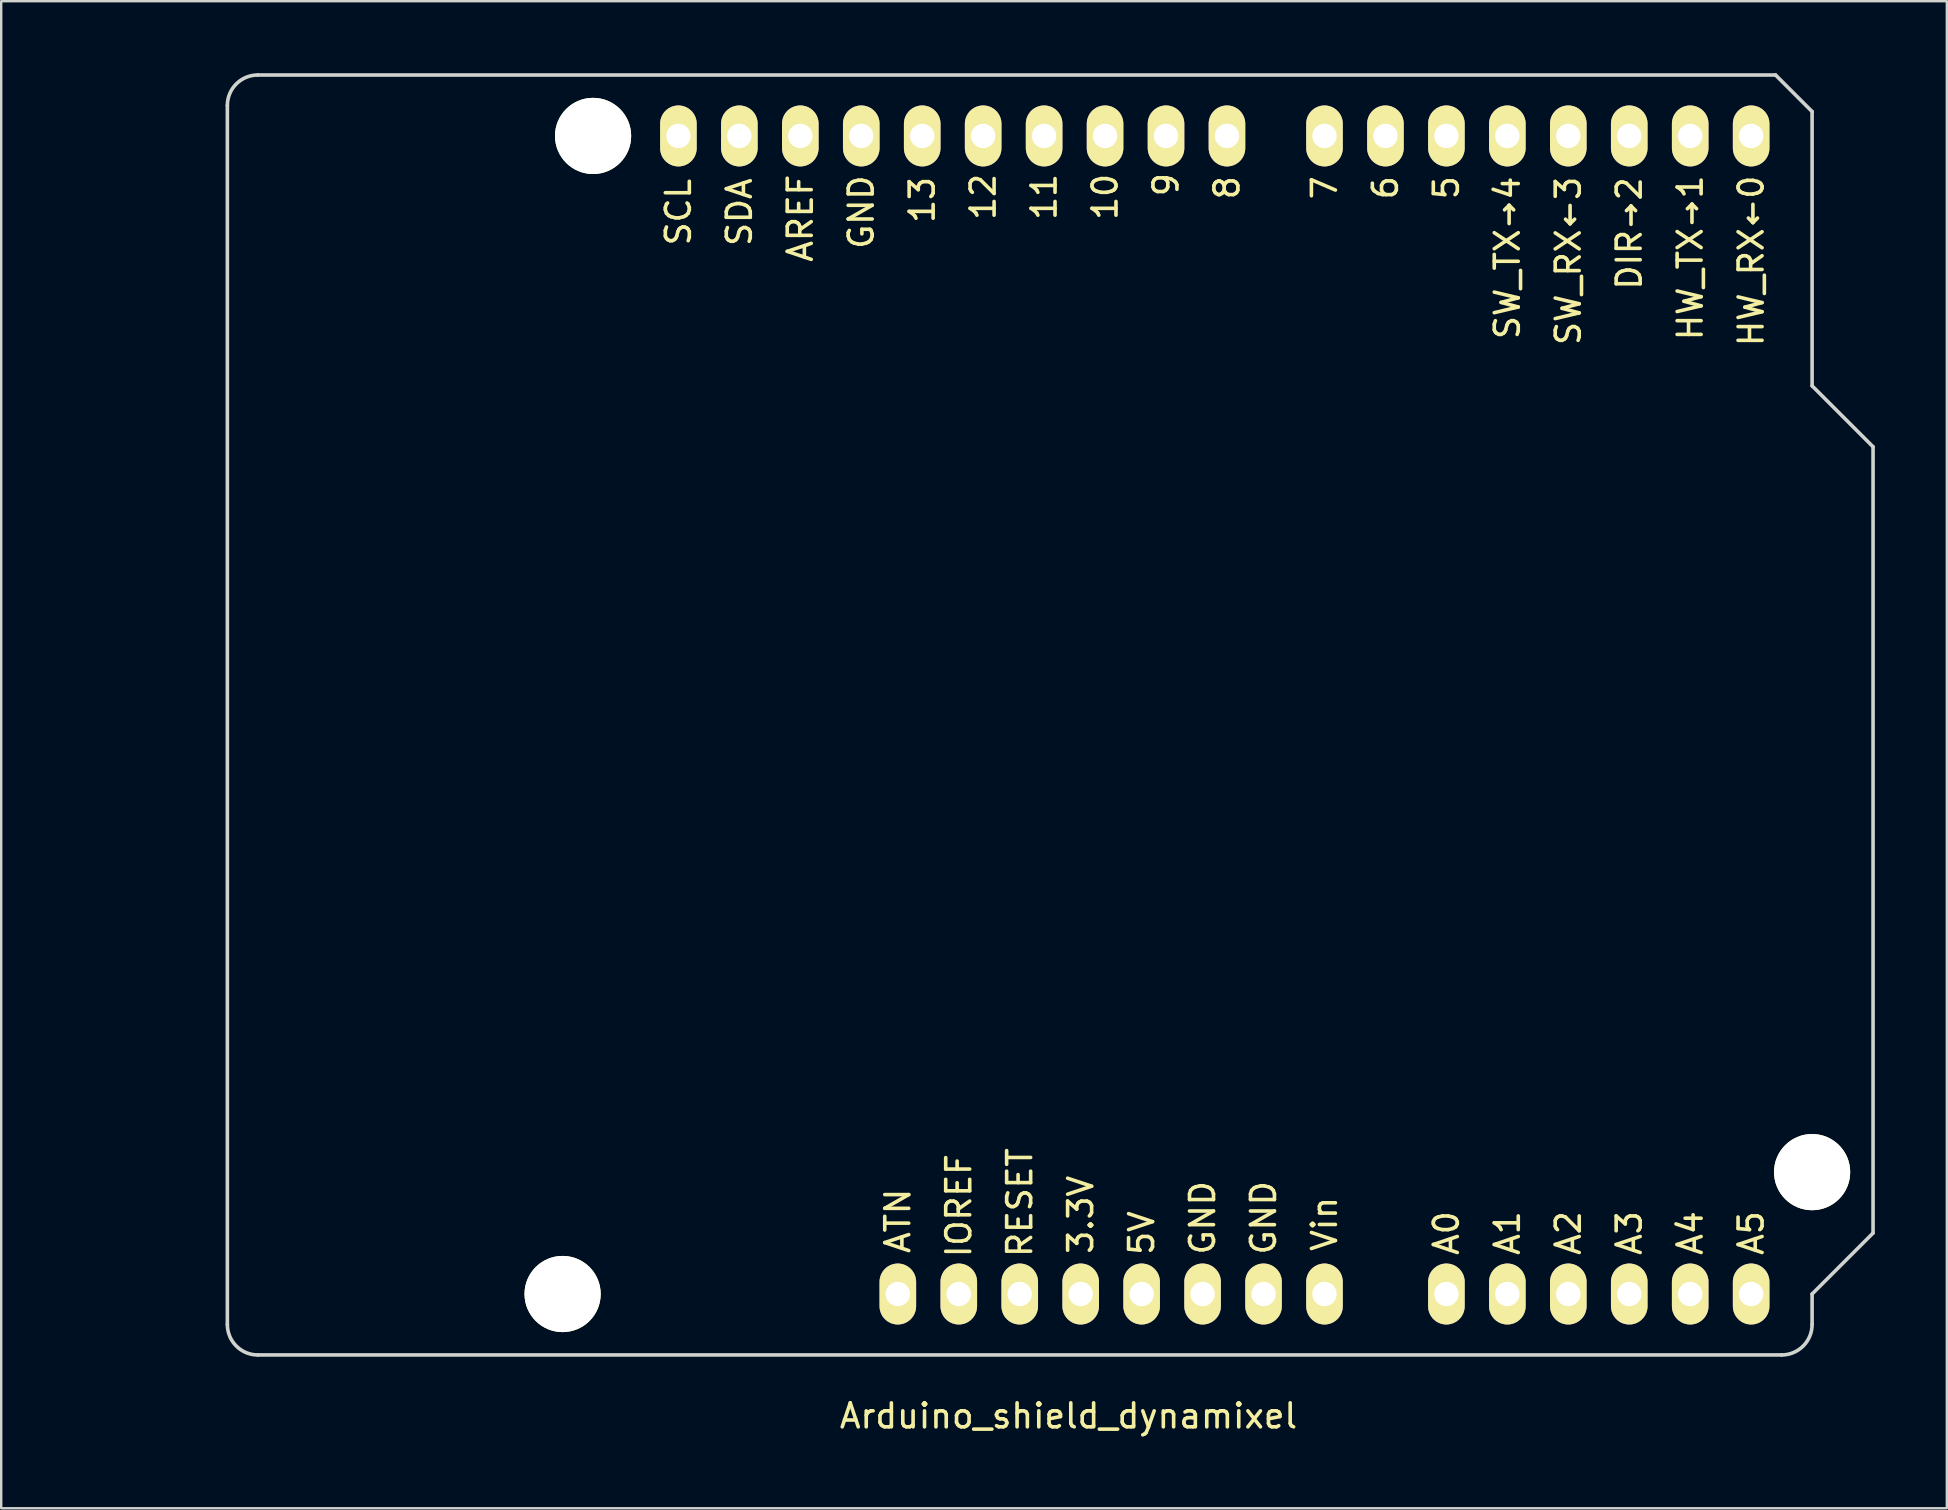
<source format=kicad_pcb>
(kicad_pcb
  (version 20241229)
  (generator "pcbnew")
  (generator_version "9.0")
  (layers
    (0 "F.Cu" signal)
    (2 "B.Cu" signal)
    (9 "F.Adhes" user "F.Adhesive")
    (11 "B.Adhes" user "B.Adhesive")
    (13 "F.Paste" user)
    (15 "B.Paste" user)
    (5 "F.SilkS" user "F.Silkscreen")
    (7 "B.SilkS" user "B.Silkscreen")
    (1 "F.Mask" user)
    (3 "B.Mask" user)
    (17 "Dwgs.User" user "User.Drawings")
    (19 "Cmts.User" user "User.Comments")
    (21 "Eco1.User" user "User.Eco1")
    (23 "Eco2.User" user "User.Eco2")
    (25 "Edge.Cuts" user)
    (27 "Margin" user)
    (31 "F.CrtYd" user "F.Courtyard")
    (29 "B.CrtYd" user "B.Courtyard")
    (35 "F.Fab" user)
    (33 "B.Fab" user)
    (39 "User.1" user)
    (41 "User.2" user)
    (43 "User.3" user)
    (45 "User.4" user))
  (footprint "Arduino_shield_dynamixel"
    (layer "F.Cu")
    (at 6.425 53.415)
    (property "Reference" "Arduino_shield_dynamixel" (at 35.052 2.54 0) (layer "F.SilkS") (effects (font (size 1 1) (thickness 0.15))))
    (attr through_hole)
    (fp_line (start -6.35 -43.815) (end 9.525 -43.815) (stroke (width 0.15) (type solid)) (layer "Eco1.User"))
    (fp_line (start -6.35 -32.385) (end -6.35 -43.815) (stroke (width 0.15) (type solid)) (layer "Eco1.User"))
    (fp_line (start -1.905 -12.065) (end 11.43 -12.065) (stroke (width 0.15) (type solid)) (layer "Eco1.User"))
    (fp_line (start -1.905 -3.175) (end -1.905 -12.065) (stroke (width 0.15) (type solid)) (layer "Eco1.User"))
    (fp_line (start 9.525 -43.815) (end 9.525 -32.385) (stroke (width 0.15) (type solid)) (layer "Eco1.User"))
    (fp_line (start 9.525 -32.385) (end -6.35 -32.385) (stroke (width 0.15) (type solid)) (layer "Eco1.User"))
    (fp_line (start 11.43 -12.065) (end 11.43 -3.175) (stroke (width 0.15) (type solid)) (layer "Eco1.User"))
    (fp_line (start 11.43 -3.175) (end -1.905 -3.175) (stroke (width 0.15) (type solid)) (layer "Eco1.User"))
    (fp_line (start 0 -1.27) (end 0 -52.07) (stroke (width 0.15) (type solid)) (layer "Edge.Cuts"))
    (fp_line (start 1.27 -53.34) (end 64.516 -53.34) (stroke (width 0.15) (type solid)) (layer "Edge.Cuts"))
    (fp_line (start 64.77 0) (end 1.27 0) (stroke (width 0.15) (type solid)) (layer "Edge.Cuts"))
    (fp_line (start 66.04 -51.816) (end 64.516 -53.34) (stroke (width 0.15) (type solid)) (layer "Edge.Cuts"))
    (fp_line (start 66.04 -40.386) (end 66.04 -51.816) (stroke (width 0.15) (type solid)) (layer "Edge.Cuts"))
    (fp_line (start 66.04 -2.54) (end 68.58 -5.08) (stroke (width 0.15) (type solid)) (layer "Edge.Cuts"))
    (fp_line (start 66.04 -1.27) (end 66.04 -2.54) (stroke (width 0.15) (type solid)) (layer "Edge.Cuts"))
    (fp_line (start 68.58 -37.846) (end 66.04 -40.386) (stroke (width 0.15) (type solid)) (layer "Edge.Cuts"))
    (fp_line (start 68.58 -5.08) (end 68.58 -37.846) (stroke (width 0.15) (type solid)) (layer "Edge.Cuts"))
    (fp_arc (start 0 -52.07) (mid 0.371974 -52.968026) (end 1.27 -53.34) (stroke (width 0.15) (type solid)) (layer "Edge.Cuts"))
    (fp_arc (start 1.27 0) (mid 0.371974 -0.371974) (end 0 -1.27) (stroke (width 0.15) (type solid)) (layer "Edge.Cuts"))
    (fp_arc (start 66.04 -1.27) (mid 65.668026 -0.371974) (end 64.77 0) (stroke (width 0.15) (type solid)) (layer "Edge.Cuts"))
    (fp_text user "5" (at 50.8 -48.641 90) (layer "F.SilkS") (effects (font (size 1 1) (thickness 0.15))))
    (fp_text user "GND" (at 43.18 -5.715 90) (layer "F.SilkS") (effects (font (size 1 1) (thickness 0.15))))
    (fp_text user "A4" (at 60.96 -5.08 90) (layer "F.SilkS") (effects (font (size 1 1) (thickness 0.15))))
    (fp_text user "6" (at 48.26 -48.641 90) (layer "F.SilkS") (effects (font (size 1 1) (thickness 0.15))))
    (fp_text user "13" (at 28.956 -48.133 90) (layer "F.SilkS") (effects (font (size 1 1) (thickness 0.15))))
    (fp_text user "A3" (at 58.42 -5.08 90) (layer "F.SilkS") (effects (font (size 1 1) (thickness 0.15))))
    (fp_text user "Vin" (at 45.72 -5.461 90) (layer "F.SilkS") (effects (font (size 1 1) (thickness 0.15))))
    (fp_text user "DIR→2" (at 58.42 -46.736 90) (layer "F.SilkS") (effects (font (size 1 1) (thickness 0.15))))
    (fp_text user "7" (at 45.72 -48.641 90) (layer "F.SilkS") (effects (font (size 1 1) (thickness 0.15))))
    (fp_text user "8" (at 41.656 -48.641 90) (layer "F.SilkS") (effects (font (size 1 1) (thickness 0.15))))
    (fp_text user "RESET" (at 33.02 -6.35 90) (layer "F.SilkS") (effects (font (size 1 1) (thickness 0.15))))
    (fp_text user "GND" (at 26.416 -47.625 90) (layer "F.SilkS") (effects (font (size 1 1) (thickness 0.15))))
    (fp_text user "5V" (at 38.1 -5.08 90) (layer "F.SilkS") (effects (font (size 1 1) (thickness 0.15))))
    (fp_text user "A0" (at 50.8 -5.08 90) (layer "F.SilkS") (effects (font (size 1 1) (thickness 0.15))))
    (fp_text user "A5" (at 63.5 -5.08 90) (layer "F.SilkS") (effects (font (size 1 1) (thickness 0.15))))
    (fp_text user "GND" (at 40.64 -5.715 90) (layer "F.SilkS") (effects (font (size 1 1) (thickness 0.15))))
    (fp_text user "SW_TX→4" (at 53.34 -45.72 90) (layer "F.SilkS") (effects (font (size 1 1) (thickness 0.15))))
    (fp_text user "A1" (at 53.34 -5.08 90) (layer "F.SilkS") (effects (font (size 1 1) (thickness 0.15))))
    (fp_text user "AREF" (at 23.876 -47.371 90) (layer "F.SilkS") (effects (font (size 1 1) (thickness 0.15))))
    (fp_text user "IOREF" (at 30.48 -6.223 90) (layer "F.SilkS") (effects (font (size 1 1) (thickness 0.15))))
    (fp_text user "3.3V" (at 35.56 -5.842 90) (layer "F.SilkS") (effects (font (size 1 1) (thickness 0.15))))
    (fp_text user "HW_RX←0" (at 63.5 -45.593 90) (layer "F.SilkS") (effects (font (size 1 1) (thickness 0.15))))
    (fp_text user "HW_TX→1" (at 60.96 -45.72 90) (layer "F.SilkS") (effects (font (size 1 1) (thickness 0.15))))
    (fp_text user "12" (at 31.496 -48.26 90) (layer "F.SilkS") (effects (font (size 1 1) (thickness 0.15))))
    (fp_text user "9" (at 39.116 -48.768 90) (layer "F.SilkS") (effects (font (size 1 1) (thickness 0.15))))
    (fp_text user "A2" (at 55.88 -5.08 90) (layer "F.SilkS") (effects (font (size 1 1) (thickness 0.15))))
    (fp_text user "SDA" (at 21.336 -47.625 90) (layer "F.SilkS") (effects (font (size 1 1) (thickness 0.15))))
    (fp_text user "11" (at 34.036 -48.26 90) (layer "F.SilkS") (effects (font (size 1 1) (thickness 0.15))))
    (fp_text user "SW_RX←3" (at 55.88 -45.593 90) (layer "F.SilkS") (effects (font (size 1 1) (thickness 0.15))))
    (fp_text user "10" (at 36.576 -48.26 90) (layer "F.SilkS") (effects (font (size 1 1) (thickness 0.15))))
    (fp_text user "SCL" (at 18.796 -47.625 90) (layer "F.SilkS") (effects (font (size 1 1) (thickness 0.15))))
    (fp_text user "ATN" (at 27.94 -5.588 90) (layer "F.SilkS") (effects (font (size 1 1) (thickness 0.15))))
    (pad "" np_thru_hole circle (at 13.97 -2.54) (size 3.175 3.175) (drill 3.175) (layers "*.Cu" "*.Mask" "F.SilkS"))
    (pad "" np_thru_hole circle (at 15.24 -50.8) (size 3.175 3.175) (drill 3.175) (layers "*.Cu" "*.Mask" "F.SilkS"))
    (pad "" np_thru_hole circle (at 66.04 -7.62) (size 3.175 3.175) (drill 3.175) (layers "*.Cu" "*.Mask" "F.SilkS"))
    (pad "0" thru_hole oval (at 63.5 -50.8) (size 1.524 2.54) (drill 1.016) (layers "*.Cu" "*.Mask" "F.SilkS"))
    (pad "1" thru_hole oval (at 60.96 -50.8) (size 1.524 2.54) (drill 1.016) (layers "*.Cu" "*.Mask" "F.SilkS"))
    (pad "2" thru_hole oval (at 58.42 -50.8) (size 1.524 2.54) (drill 1.016) (layers "*.Cu" "*.Mask" "F.SilkS"))
    (pad "3" thru_hole oval (at 55.88 -50.8) (size 1.524 2.54) (drill 1.016) (layers "*.Cu" "*.Mask" "F.SilkS"))
    (pad "3V3" thru_hole oval (at 35.56 -2.54) (size 1.524 2.54) (drill 1.016) (layers "*.Cu" "*.Mask" "F.SilkS"))
    (pad "4" thru_hole oval (at 53.34 -50.8) (size 1.524 2.54) (drill 1.016) (layers "*.Cu" "*.Mask" "F.SilkS"))
    (pad "5" thru_hole oval (at 50.8 -50.8) (size 1.524 2.54) (drill 1.016) (layers "*.Cu" "*.Mask" "F.SilkS"))
    (pad "5V" thru_hole oval (at 38.1 -2.54) (size 1.524 2.54) (drill 1.016) (layers "*.Cu" "*.Mask" "F.SilkS"))
    (pad "6" thru_hole oval (at 48.26 -50.8) (size 1.524 2.54) (drill 1.016) (layers "*.Cu" "*.Mask" "F.SilkS"))
    (pad "7" thru_hole oval (at 45.72 -50.8) (size 1.524 2.54) (drill 1.016) (layers "*.Cu" "*.Mask" "F.SilkS"))
    (pad "8" thru_hole oval (at 41.656 -50.8) (size 1.524 2.54) (drill 1.016) (layers "*.Cu" "*.Mask" "F.SilkS"))
    (pad "9" thru_hole oval (at 39.116 -50.8) (size 1.524 2.54) (drill 1.016) (layers "*.Cu" "*.Mask" "F.SilkS"))
    (pad "10" thru_hole oval (at 36.576 -50.8) (size 1.524 2.54) (drill 1.016) (layers "*.Cu" "*.Mask" "F.SilkS"))
    (pad "11" thru_hole oval (at 34.036 -50.8) (size 1.524 2.54) (drill 1.016) (layers "*.Cu" "*.Mask" "F.SilkS"))
    (pad "12" thru_hole oval (at 31.496 -50.8) (size 1.524 2.54) (drill 1.016) (layers "*.Cu" "*.Mask" "F.SilkS"))
    (pad "13" thru_hole oval (at 28.956 -50.8) (size 1.524 2.54) (drill 1.016) (layers "*.Cu" "*.Mask" "F.SilkS"))
    (pad "A0" thru_hole oval (at 50.8 -2.54) (size 1.524 2.54) (drill 1.016) (layers "*.Cu" "*.Mask" "F.SilkS"))
    (pad "A1" thru_hole oval (at 53.34 -2.54) (size 1.524 2.54) (drill 1.016) (layers "*.Cu" "*.Mask" "F.SilkS"))
    (pad "A2" thru_hole oval (at 55.88 -2.54) (size 1.524 2.54) (drill 1.016) (layers "*.Cu" "*.Mask" "F.SilkS"))
    (pad "A3" thru_hole oval (at 58.42 -2.54) (size 1.524 2.54) (drill 1.016) (layers "*.Cu" "*.Mask" "F.SilkS"))
    (pad "A4" thru_hole oval (at 60.96 -2.54) (size 1.524 2.54) (drill 1.016) (layers "*.Cu" "*.Mask" "F.SilkS"))
    (pad "A5" thru_hole oval (at 63.5 -2.54) (size 1.524 2.54) (drill 1.016) (layers "*.Cu" "*.Mask" "F.SilkS"))
    (pad "AREF" thru_hole oval (at 23.876 -50.8) (size 1.524 2.54) (drill 1.016) (layers "*.Cu" "*.Mask" "F.SilkS"))
    (pad "ATN" thru_hole oval (at 27.94 -2.54) (size 1.524 2.54) (drill 1.016) (layers "*.Cu" "*.Mask" "F.SilkS"))
    (pad "GND" thru_hole oval (at 26.416 -50.8) (size 1.524 2.54) (drill 1.016) (layers "*.Cu" "*.Mask" "F.SilkS"))
    (pad "GND" thru_hole oval (at 40.64 -2.54) (size 1.524 2.54) (drill 1.016) (layers "*.Cu" "*.Mask" "F.SilkS"))
    (pad "GND" thru_hole oval (at 43.18 -2.54) (size 1.524 2.54) (drill 1.016) (layers "*.Cu" "*.Mask" "F.SilkS"))
    (pad "IO_R" thru_hole oval (at 30.48 -2.54) (size 1.524 2.54) (drill 1.016) (layers "*.Cu" "*.Mask" "F.SilkS"))
    (pad "RST" thru_hole oval (at 33.02 -2.54) (size 1.524 2.54) (drill 1.016) (layers "*.Cu" "*.Mask" "F.SilkS"))
    (pad "SCL" thru_hole oval (at 18.796 -50.8) (size 1.524 2.54) (drill 1.016) (layers "*.Cu" "*.Mask" "F.SilkS"))
    (pad "SDA" thru_hole oval (at 21.336 -50.8) (size 1.524 2.54) (drill 1.016) (layers "*.Cu" "*.Mask" "F.SilkS"))
    (pad "VIN" thru_hole oval (at 45.72 -2.54) (size 1.524 2.54) (drill 1.016) (layers "*.Cu" "*.Mask" "F.SilkS")))
  (gr_rect
    (start -3 -3)
    (end 78.08 59.803)
    (stroke (width 0.1) (type default))
    (fill no)
    (layer "Edge.Cuts")))
</source>
